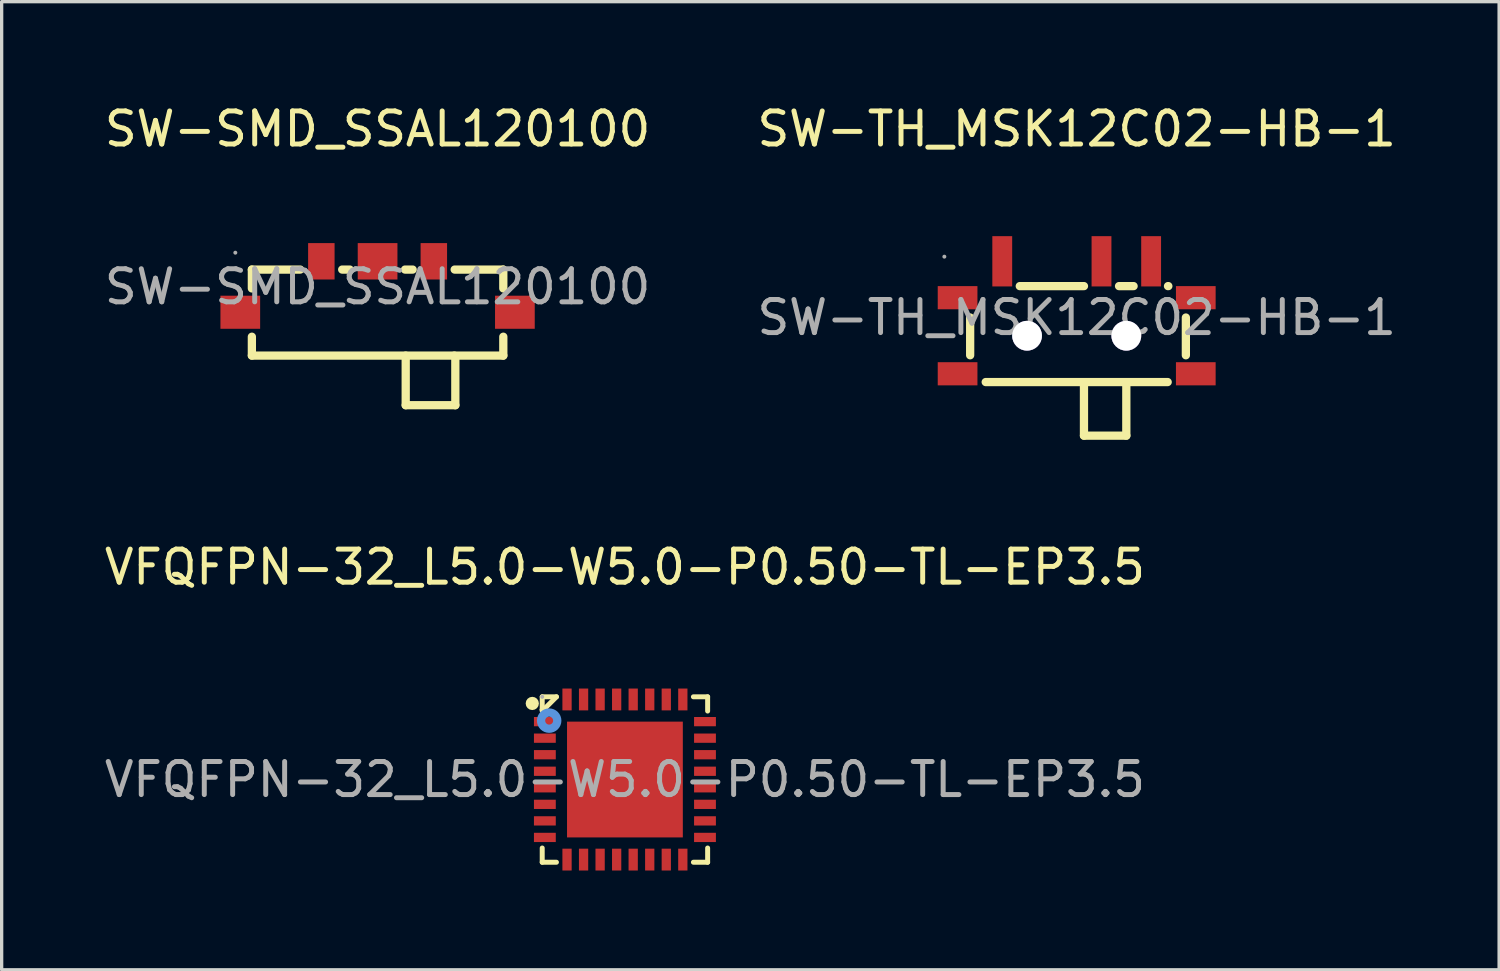
<source format=kicad_pcb>
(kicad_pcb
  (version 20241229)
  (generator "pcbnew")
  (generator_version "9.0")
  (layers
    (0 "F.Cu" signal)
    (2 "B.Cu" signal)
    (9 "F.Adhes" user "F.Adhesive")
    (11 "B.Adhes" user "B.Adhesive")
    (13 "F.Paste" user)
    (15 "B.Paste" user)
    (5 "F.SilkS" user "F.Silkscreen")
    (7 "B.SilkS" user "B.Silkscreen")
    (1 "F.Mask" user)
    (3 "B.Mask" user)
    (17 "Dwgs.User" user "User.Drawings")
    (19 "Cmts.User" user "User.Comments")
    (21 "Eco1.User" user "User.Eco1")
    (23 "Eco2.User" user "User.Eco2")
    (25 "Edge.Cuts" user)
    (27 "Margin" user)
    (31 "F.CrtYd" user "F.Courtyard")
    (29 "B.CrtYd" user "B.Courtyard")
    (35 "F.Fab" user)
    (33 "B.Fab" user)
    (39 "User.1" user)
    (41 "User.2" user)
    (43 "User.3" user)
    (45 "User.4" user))
  (footprint "SW-SMD_SSAL120100"
    (layer "F.Cu")
    (at 8.363 5.618)
    (property "Reference" "SW-SMD_SSAL120100" (at 0 -4.77 0) (layer "F.SilkS") (effects (font (size 1 1) (thickness 0.15))))
    (attr smd)
    (fp_line (start -3.8 -0.52) (end -2.34 -0.52) (stroke (width 0.25) (type solid)) (layer "F.SilkS"))
    (fp_line (start -3.8 0.05) (end -3.8 -0.52) (stroke (width 0.25) (type solid)) (layer "F.SilkS"))
    (fp_line (start -3.8 2.08) (end -3.8 1.51) (stroke (width 0.25) (type solid)) (layer "F.SilkS"))
    (fp_line (start -1.07 -0.52) (end -0.84 -0.52) (stroke (width 0.25) (type solid)) (layer "F.SilkS"))
    (fp_line (start 0.83 -0.52) (end 1.06 -0.52) (stroke (width 0.25) (type solid)) (layer "F.SilkS"))
    (fp_line (start 0.85 3.58) (end 0.85 2.08) (stroke (width 0.25) (type solid)) (layer "F.SilkS"))
    (fp_line (start 2.33 -0.52) (end 3.79 -0.52) (stroke (width 0.25) (type solid)) (layer "F.SilkS"))
    (fp_line (start 2.35 2.1) (end 2.32 2.08) (stroke (width 0.25) (type solid)) (layer "F.SilkS"))
    (fp_line (start 2.35 3.58) (end 0.85 3.58) (stroke (width 0.25) (type solid)) (layer "F.SilkS"))
    (fp_line (start 2.35 3.58) (end 2.35 2.1) (stroke (width 0.25) (type solid)) (layer "F.SilkS"))
    (fp_line (start 3.8 -0.52) (end 3.8 0.05) (stroke (width 0.25) (type solid)) (layer "F.SilkS"))
    (fp_line (start 3.8 1.51) (end 3.8 2.08) (stroke (width 0.25) (type solid)) (layer "F.SilkS"))
    (fp_line (start 3.8 2.08) (end -3.8 2.08) (stroke (width 0.25) (type solid)) (layer "F.SilkS"))
    (fp_circle (center -4.3 -1.03) (end -4.27 -1.03) (stroke (width 0.06) (type solid)) (fill no) (layer "F.Fab"))
    (fp_text user "${REFERENCE}" (at 0 0 0) (layer "F.Fab") (effects (font (size 1 1) (thickness 0.15))))
    (pad "1" smd rect (at -1.7 -0.77) (size 0.8 1.1) (layers "F.Cu" "F.Mask" "F.Paste"))
    (pad "2" smd rect (at 0 -0.77) (size 1.2 1.1) (layers "F.Cu" "F.Mask" "F.Paste"))
    (pad "3" smd rect (at 1.7 -0.77) (size 0.8 1.1) (layers "F.Cu" "F.Mask" "F.Paste"))
    (pad "4" smd rect (at -4.15 0.77) (size 1.2 1) (layers "F.Cu" "F.Mask" "F.Paste"))
    (pad "4" smd rect (at 4.15 0.77) (size 1.2 1) (layers "F.Cu" "F.Mask" "F.Paste")))
  (footprint "VFQFPN-32_L5.0-W5.0-P0.50-TL-EP3.5"
    (layer "F.Cu")
    (at 15.839 20.512)
    (property "Reference" "VFQFPN-32_L5.0-W5.0-P0.50-TL-EP3.5" (at 0 -6.42 0) (layer "F.SilkS") (effects (font (size 1 1) (thickness 0.15))))
    (attr smd)
    (fp_line (start -2.5 -2.5) (end -2.07 -2.5) (stroke (width 0.15) (type solid)) (layer "F.SilkS"))
    (fp_line (start -2.5 -2.11) (end -2.5 -2.5) (stroke (width 0.15) (type solid)) (layer "F.SilkS"))
    (fp_line (start -2.5 -2.11) (end -2.5 -2.07) (stroke (width 0.15) (type solid)) (layer "F.SilkS"))
    (fp_line (start -2.5 -2.11) (end -2.46 -2.11) (stroke (width 0.15) (type solid)) (layer "F.SilkS"))
    (fp_line (start -2.5 2.5) (end -2.5 2.07) (stroke (width 0.15) (type solid)) (layer "F.SilkS"))
    (fp_line (start -2.46 -2.11) (end -2.07 -2.5) (stroke (width 0.15) (type solid)) (layer "F.SilkS"))
    (fp_line (start -2.07 2.5) (end -2.5 2.5) (stroke (width 0.15) (type solid)) (layer "F.SilkS"))
    (fp_line (start 2.07 -2.5) (end 2.5 -2.5) (stroke (width 0.15) (type solid)) (layer "F.SilkS"))
    (fp_line (start 2.5 -2.5) (end 2.5 -2.07) (stroke (width 0.15) (type solid)) (layer "F.SilkS"))
    (fp_line (start 2.5 2.07) (end 2.5 2.5) (stroke (width 0.15) (type solid)) (layer "F.SilkS"))
    (fp_line (start 2.5 2.5) (end 2.07 2.5) (stroke (width 0.15) (type solid)) (layer "F.SilkS"))
    (fp_circle (center -2.8 -2.3) (end -2.7 -2.3) (stroke (width 0.2) (type solid)) (fill no) (layer "F.SilkS"))
    (fp_circle (center -2.29 -1.78) (end -2.17 -1.78) (stroke (width 0.25) (type solid)) (fill no) (layer "Cmts.User"))
    (fp_circle (center -2.5 -2.5) (end -2.47 -2.5) (stroke (width 0.06) (type solid)) (fill no) (layer "F.Fab"))
    (fp_text user "${REFERENCE}" (at 0 0 0) (layer "F.Fab") (effects (font (size 1 1) (thickness 0.15))))
    (pad "1" smd rect (at -2.42 -1.75 270) (size 0.28 0.66) (layers "F.Cu" "F.Mask" "F.Paste"))
    (pad "2" smd rect (at -2.42 -1.25 270) (size 0.28 0.66) (layers "F.Cu" "F.Mask" "F.Paste"))
    (pad "3" smd rect (at -2.42 -0.75 270) (size 0.28 0.66) (layers "F.Cu" "F.Mask" "F.Paste"))
    (pad "4" smd rect (at -2.42 -0.25 270) (size 0.28 0.66) (layers "F.Cu" "F.Mask" "F.Paste"))
    (pad "5" smd rect (at -2.42 0.25 270) (size 0.28 0.66) (layers "F.Cu" "F.Mask" "F.Paste"))
    (pad "6" smd rect (at -2.42 0.75 270) (size 0.28 0.66) (layers "F.Cu" "F.Mask" "F.Paste"))
    (pad "7" smd rect (at -2.42 1.25 270) (size 0.28 0.66) (layers "F.Cu" "F.Mask" "F.Paste"))
    (pad "8" smd rect (at -2.42 1.75 270) (size 0.28 0.66) (layers "F.Cu" "F.Mask" "F.Paste"))
    (pad "9" smd rect (at -1.75 2.42 270) (size 0.66 0.28) (layers "F.Cu" "F.Mask" "F.Paste"))
    (pad "10" smd rect (at -1.25 2.42 270) (size 0.66 0.28) (layers "F.Cu" "F.Mask" "F.Paste"))
    (pad "11" smd rect (at -0.75 2.42 270) (size 0.66 0.28) (layers "F.Cu" "F.Mask" "F.Paste"))
    (pad "12" smd rect (at -0.25 2.42 270) (size 0.66 0.28) (layers "F.Cu" "F.Mask" "F.Paste"))
    (pad "13" smd rect (at 0.25 2.42 270) (size 0.66 0.28) (layers "F.Cu" "F.Mask" "F.Paste"))
    (pad "14" smd rect (at 0.75 2.42 270) (size 0.66 0.28) (layers "F.Cu" "F.Mask" "F.Paste"))
    (pad "15" smd rect (at 1.25 2.42 270) (size 0.66 0.28) (layers "F.Cu" "F.Mask" "F.Paste"))
    (pad "16" smd rect (at 1.75 2.42 270) (size 0.66 0.28) (layers "F.Cu" "F.Mask" "F.Paste"))
    (pad "17" smd rect (at 2.42 1.75 270) (size 0.28 0.66) (layers "F.Cu" "F.Mask" "F.Paste"))
    (pad "18" smd rect (at 2.42 1.25 270) (size 0.28 0.66) (layers "F.Cu" "F.Mask" "F.Paste"))
    (pad "19" smd rect (at 2.42 0.75 270) (size 0.28 0.66) (layers "F.Cu" "F.Mask" "F.Paste"))
    (pad "20" smd rect (at 2.42 0.25 270) (size 0.28 0.66) (layers "F.Cu" "F.Mask" "F.Paste"))
    (pad "21" smd rect (at 2.42 -0.25 270) (size 0.28 0.66) (layers "F.Cu" "F.Mask" "F.Paste"))
    (pad "22" smd rect (at 2.42 -0.75 270) (size 0.28 0.66) (layers "F.Cu" "F.Mask" "F.Paste"))
    (pad "23" smd rect (at 2.42 -1.25 270) (size 0.28 0.66) (layers "F.Cu" "F.Mask" "F.Paste"))
    (pad "24" smd rect (at 2.42 -1.75 270) (size 0.28 0.66) (layers "F.Cu" "F.Mask" "F.Paste"))
    (pad "25" smd rect (at 1.75 -2.42 270) (size 0.66 0.28) (layers "F.Cu" "F.Mask" "F.Paste"))
    (pad "26" smd rect (at 1.25 -2.42 270) (size 0.66 0.28) (layers "F.Cu" "F.Mask" "F.Paste"))
    (pad "27" smd rect (at 0.75 -2.42 270) (size 0.66 0.28) (layers "F.Cu" "F.Mask" "F.Paste"))
    (pad "28" smd rect (at 0.25 -2.42 270) (size 0.66 0.28) (layers "F.Cu" "F.Mask" "F.Paste"))
    (pad "29" smd rect (at -0.25 -2.42 270) (size 0.66 0.28) (layers "F.Cu" "F.Mask" "F.Paste"))
    (pad "30" smd rect (at -0.75 -2.42 270) (size 0.66 0.28) (layers "F.Cu" "F.Mask" "F.Paste"))
    (pad "31" smd rect (at -1.25 -2.42 270) (size 0.66 0.28) (layers "F.Cu" "F.Mask" "F.Paste"))
    (pad "32" smd rect (at -1.75 -2.42 270) (size 0.66 0.28) (layers "F.Cu" "F.Mask" "F.Paste"))
    (pad "33" smd rect (at 0 0 270) (size 3.5 3.5) (layers "F.Cu" "F.Mask" "F.Paste")))
  (footprint "SW-TH_MSK12C02-HB-1"
    (layer "F.Cu")
    (at 29.494 6.548)
    (property "Reference" "SW-TH_MSK12C02-HB-1" (at 0 -5.7 0) (layer "F.SilkS") (effects (font (size 1 1) (thickness 0.15))))
    (attr through_hole)
    (fp_line (start -3.22 1.14) (end -3.22 0) (stroke (width 0.25) (type solid)) (layer "F.SilkS"))
    (fp_line (start -2.75 1.95) (end 2.75 1.95) (stroke (width 0.25) (type solid)) (layer "F.SilkS"))
    (fp_line (start 0.22 -0.95) (end -1.72 -0.95) (stroke (width 0.25) (type solid)) (layer "F.SilkS"))
    (fp_line (start 0.22 1.97) (end 0.22 3.57) (stroke (width 0.25) (type solid)) (layer "F.SilkS"))
    (fp_line (start 0.22 3.57) (end 1.5 3.57) (stroke (width 0.25) (type solid)) (layer "F.SilkS"))
    (fp_line (start 1.5 3.57) (end 1.5 1.97) (stroke (width 0.25) (type solid)) (layer "F.SilkS"))
    (fp_line (start 1.72 -0.95) (end 1.28 -0.95) (stroke (width 0.25) (type solid)) (layer "F.SilkS"))
    (fp_line (start 2.77 -0.95) (end 2.76 -0.95) (stroke (width 0.25) (type solid)) (layer "F.SilkS"))
    (fp_line (start 3.3 0) (end 3.3 1.14) (stroke (width 0.25) (type solid)) (layer "F.SilkS"))
    (fp_circle (center -1.5 0.55) (end -1.32 0.55) (stroke (width 0.35) (type solid)) (fill no) (layer "Cmts.User"))
    (fp_circle (center 1.5 0.55) (end 1.68 0.55) (stroke (width 0.35) (type solid)) (fill no) (layer "Cmts.User"))
    (fp_circle (center -4 -1.84) (end -3.97 -1.84) (stroke (width 0.06) (type solid)) (fill no) (layer "F.Fab"))
    (fp_text user "${REFERENCE}" (at 0 0 0) (layer "F.Fab") (effects (font (size 1 1) (thickness 0.15))))
    (pad "" thru_hole circle (at -1.5 0.55) (size 0.9 0.9) (drill 0.9) (layers "*.Cu" "*.Mask"))
    (pad "" thru_hole circle (at 1.5 0.55) (size 0.9 0.9) (drill 0.9) (layers "*.Cu" "*.Mask"))
    (pad "1" smd rect (at -2.25 -1.7 90) (size 1.52 0.6) (layers "F.Cu" "F.Mask" "F.Paste"))
    (pad "2" smd rect (at 0.75 -1.7 90) (size 1.52 0.6) (layers "F.Cu" "F.Mask" "F.Paste"))
    (pad "3" smd rect (at 2.25 -1.7 90) (size 1.52 0.6) (layers "F.Cu" "F.Mask" "F.Paste"))
    (pad "4" smd rect (at -3.6 -0.6 180) (size 1.2 0.7) (layers "F.Cu" "F.Mask" "F.Paste"))
    (pad "4" smd rect (at -3.6 1.7 180) (size 1.2 0.7) (layers "F.Cu" "F.Mask" "F.Paste"))
    (pad "4" smd rect (at 3.6 -0.6 180) (size 1.2 0.7) (layers "F.Cu" "F.Mask" "F.Paste"))
    (pad "4" smd rect (at 3.6 1.7 180) (size 1.2 0.7) (layers "F.Cu" "F.Mask" "F.Paste")))
  (gr_rect
    (start -3 -3)
    (end 42.262 26.262)
    (stroke (width 0.1) (type default))
    (fill no)
    (layer "Edge.Cuts")))
</source>
